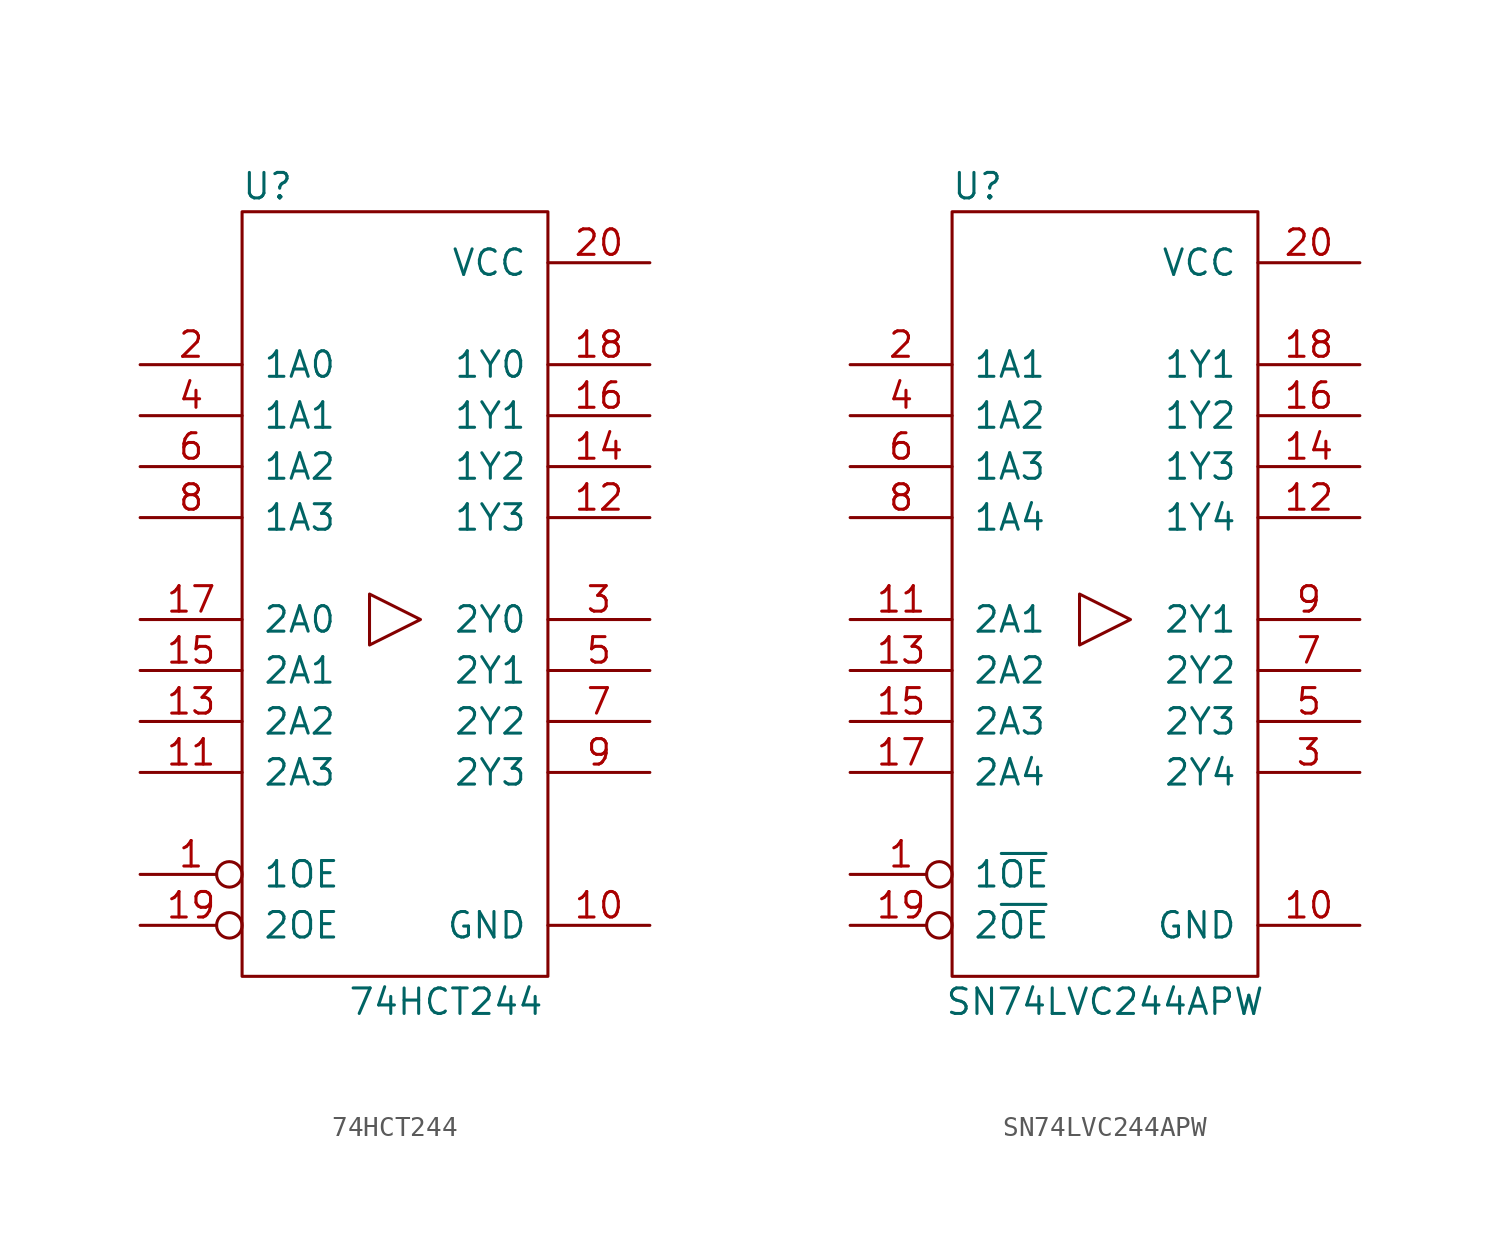
<source format=kicad_sym>
(kicad_symbol_lib
  (version 20220914)
  (generator kicad_symbol_editor)
  (symbol "74HCT244"
    (pin_names
      (offset 1.016))
    (property "Reference" "U"
      (at -6.35 21.59 0)
      (effects (font (size 1.27 1.27))))
    (property "Value" "74HCT244"
      (at 2.54 -19.05 0)
      (effects (font (size 1.27 1.27))))
    (symbol "74HCT244_0_1"
      (rectangle (start 7.62 20.32) (end -7.62 -17.78) (stroke (width 0) (type default)) (fill (type none))))
    (symbol "74HCT244_1_1"
      (polyline (pts (xy 1.27 0) (xy -1.27 1.27) (xy -1.27 -1.27) (xy 1.27 0)) (stroke (width 0.152) (type default)) (fill (type none)))
      (pin input inverted (at -12.7 -12.7 0) (length 5.08) (name "1OE" (effects (font (size 1.27 1.27)))) (number "1" (effects (font (size 1.27 1.27)))))
      (pin passive line (at 12.7 -15.24 180) (length 5.08) (name "GND" (effects (font (size 1.27 1.27)))) (number "10" (effects (font (size 1.27 1.27)))))
      (pin input line (at -12.7 -7.62 0) (length 5.08) (name "2A3" (effects (font (size 1.27 1.27)))) (number "11" (effects (font (size 1.27 1.27)))))
      (pin tri_state line (at 12.7 5.08 180) (length 5.08) (name "1Y3" (effects (font (size 1.27 1.27)))) (number "12" (effects (font (size 1.27 1.27)))))
      (pin input line (at -12.7 -5.08 0) (length 5.08) (name "2A2" (effects (font (size 1.27 1.27)))) (number "13" (effects (font (size 1.27 1.27)))))
      (pin tri_state line (at 12.7 7.62 180) (length 5.08) (name "1Y2" (effects (font (size 1.27 1.27)))) (number "14" (effects (font (size 1.27 1.27)))))
      (pin input line (at -12.7 -2.54 0) (length 5.08) (name "2A1" (effects (font (size 1.27 1.27)))) (number "15" (effects (font (size 1.27 1.27)))))
      (pin tri_state line (at 12.7 10.16 180) (length 5.08) (name "1Y1" (effects (font (size 1.27 1.27)))) (number "16" (effects (font (size 1.27 1.27)))))
      (pin input line (at -12.7 0 0) (length 5.08) (name "2A0" (effects (font (size 1.27 1.27)))) (number "17" (effects (font (size 1.27 1.27)))))
      (pin tri_state line (at 12.7 12.7 180) (length 5.08) (name "1Y0" (effects (font (size 1.27 1.27)))) (number "18" (effects (font (size 1.27 1.27)))))
      (pin input inverted (at -12.7 -15.24 0) (length 5.08) (name "2OE" (effects (font (size 1.27 1.27)))) (number "19" (effects (font (size 1.27 1.27)))))
      (pin input line (at -12.7 12.7 0) (length 5.08) (name "1A0" (effects (font (size 1.27 1.27)))) (number "2" (effects (font (size 1.27 1.27)))))
      (pin power_in line (at 12.7 17.78 180) (length 5.08) (name "VCC" (effects (font (size 1.27 1.27)))) (number "20" (effects (font (size 1.27 1.27)))))
      (pin tri_state line (at 12.7 0 180) (length 5.08) (name "2Y0" (effects (font (size 1.27 1.27)))) (number "3" (effects (font (size 1.27 1.27)))))
      (pin input line (at -12.7 10.16 0) (length 5.08) (name "1A1" (effects (font (size 1.27 1.27)))) (number "4" (effects (font (size 1.27 1.27)))))
      (pin tri_state line (at 12.7 -2.54 180) (length 5.08) (name "2Y1" (effects (font (size 1.27 1.27)))) (number "5" (effects (font (size 1.27 1.27)))))
      (pin input line (at -12.7 7.62 0) (length 5.08) (name "1A2" (effects (font (size 1.27 1.27)))) (number "6" (effects (font (size 1.27 1.27)))))
      (pin tri_state line (at 12.7 -5.08 180) (length 5.08) (name "2Y2" (effects (font (size 1.27 1.27)))) (number "7" (effects (font (size 1.27 1.27)))))
      (pin input line (at -12.7 5.08 0) (length 5.08) (name "1A3" (effects (font (size 1.27 1.27)))) (number "8" (effects (font (size 1.27 1.27)))))
      (pin tri_state line (at 12.7 -7.62 180) (length 5.08) (name "2Y3" (effects (font (size 1.27 1.27)))) (number "9" (effects (font (size 1.27 1.27)))))))
  (symbol "SN74LVC244APW"
    (pin_names
      (offset 1.016))
    (property "Reference" "U"
      (at -6.35 21.59 0)
      (effects (font (size 1.27 1.27))))
    (property "Value" "SN74LVC244APW"
      (at 0 -19.05 0)
      (effects (font (size 1.27 1.27))))
    (symbol "SN74LVC244APW_0_1"
      (rectangle (start 7.62 20.32) (end -7.62 -17.78) (stroke (width 0) (type default)) (fill (type none))))
    (symbol "SN74LVC244APW_1_1"
      (polyline (pts (xy 1.27 0) (xy -1.27 1.27) (xy -1.27 -1.27) (xy 1.27 0)) (stroke (width 0.152) (type default)) (fill (type none)))
      (pin input inverted (at -12.7 -12.7 0) (length 5.08) (name "1~{OE}" (effects (font (size 1.27 1.27)))) (number "1" (effects (font (size 1.27 1.27)))))
      (pin passive line (at 12.7 -15.24 180) (length 5.08) (name "GND" (effects (font (size 1.27 1.27)))) (number "10" (effects (font (size 1.27 1.27)))))
      (pin input line (at -12.7 0 0) (length 5.08) (name "2A1" (effects (font (size 1.27 1.27)))) (number "11" (effects (font (size 1.27 1.27)))))
      (pin tri_state line (at 12.7 5.08 180) (length 5.08) (name "1Y4" (effects (font (size 1.27 1.27)))) (number "12" (effects (font (size 1.27 1.27)))))
      (pin input line (at -12.7 -2.54 0) (length 5.08) (name "2A2" (effects (font (size 1.27 1.27)))) (number "13" (effects (font (size 1.27 1.27)))))
      (pin tri_state line (at 12.7 7.62 180) (length 5.08) (name "1Y3" (effects (font (size 1.27 1.27)))) (number "14" (effects (font (size 1.27 1.27)))))
      (pin input line (at -12.7 -5.08 0) (length 5.08) (name "2A3" (effects (font (size 1.27 1.27)))) (number "15" (effects (font (size 1.27 1.27)))))
      (pin tri_state line (at 12.7 10.16 180) (length 5.08) (name "1Y2" (effects (font (size 1.27 1.27)))) (number "16" (effects (font (size 1.27 1.27)))))
      (pin input line (at -12.7 -7.62 0) (length 5.08) (name "2A4" (effects (font (size 1.27 1.27)))) (number "17" (effects (font (size 1.27 1.27)))))
      (pin tri_state line (at 12.7 12.7 180) (length 5.08) (name "1Y1" (effects (font (size 1.27 1.27)))) (number "18" (effects (font (size 1.27 1.27)))))
      (pin input inverted (at -12.7 -15.24 0) (length 5.08) (name "2~{OE}" (effects (font (size 1.27 1.27)))) (number "19" (effects (font (size 1.27 1.27)))))
      (pin input line (at -12.7 12.7 0) (length 5.08) (name "1A1" (effects (font (size 1.27 1.27)))) (number "2" (effects (font (size 1.27 1.27)))))
      (pin power_in line (at 12.7 17.78 180) (length 5.08) (name "VCC" (effects (font (size 1.27 1.27)))) (number "20" (effects (font (size 1.27 1.27)))))
      (pin tri_state line (at 12.7 -7.62 180) (length 5.08) (name "2Y4" (effects (font (size 1.27 1.27)))) (number "3" (effects (font (size 1.27 1.27)))))
      (pin input line (at -12.7 10.16 0) (length 5.08) (name "1A2" (effects (font (size 1.27 1.27)))) (number "4" (effects (font (size 1.27 1.27)))))
      (pin tri_state line (at 12.7 -5.08 180) (length 5.08) (name "2Y3" (effects (font (size 1.27 1.27)))) (number "5" (effects (font (size 1.27 1.27)))))
      (pin input line (at -12.7 7.62 0) (length 5.08) (name "1A3" (effects (font (size 1.27 1.27)))) (number "6" (effects (font (size 1.27 1.27)))))
      (pin tri_state line (at 12.7 -2.54 180) (length 5.08) (name "2Y2" (effects (font (size 1.27 1.27)))) (number "7" (effects (font (size 1.27 1.27)))))
      (pin input line (at -12.7 5.08 0) (length 5.08) (name "1A4" (effects (font (size 1.27 1.27)))) (number "8" (effects (font (size 1.27 1.27)))))
      (pin tri_state line (at 12.7 0 180) (length 5.08) (name "2Y1" (effects (font (size 1.27 1.27)))) (number "9" (effects (font (size 1.27 1.27))))))))
</source>
